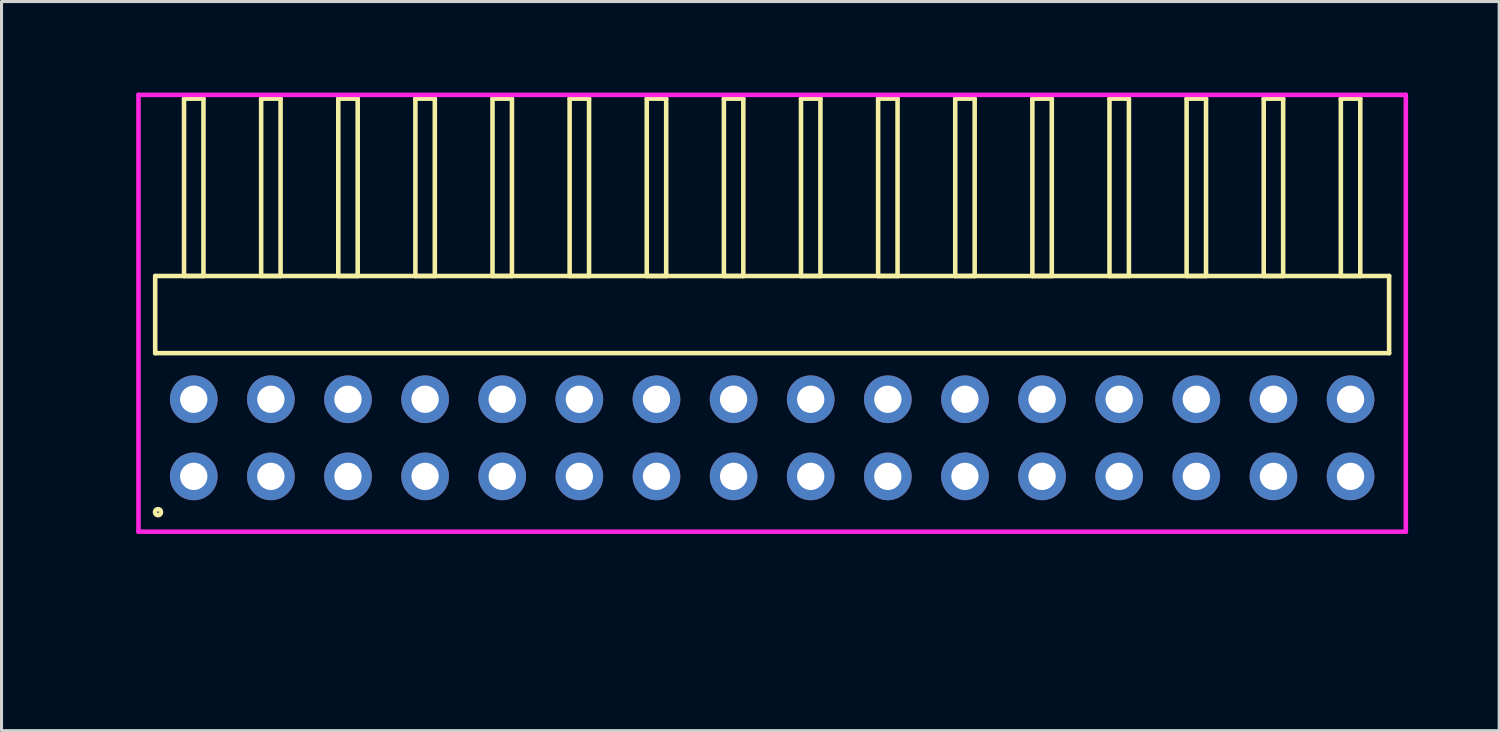
<source format=kicad_pcb>
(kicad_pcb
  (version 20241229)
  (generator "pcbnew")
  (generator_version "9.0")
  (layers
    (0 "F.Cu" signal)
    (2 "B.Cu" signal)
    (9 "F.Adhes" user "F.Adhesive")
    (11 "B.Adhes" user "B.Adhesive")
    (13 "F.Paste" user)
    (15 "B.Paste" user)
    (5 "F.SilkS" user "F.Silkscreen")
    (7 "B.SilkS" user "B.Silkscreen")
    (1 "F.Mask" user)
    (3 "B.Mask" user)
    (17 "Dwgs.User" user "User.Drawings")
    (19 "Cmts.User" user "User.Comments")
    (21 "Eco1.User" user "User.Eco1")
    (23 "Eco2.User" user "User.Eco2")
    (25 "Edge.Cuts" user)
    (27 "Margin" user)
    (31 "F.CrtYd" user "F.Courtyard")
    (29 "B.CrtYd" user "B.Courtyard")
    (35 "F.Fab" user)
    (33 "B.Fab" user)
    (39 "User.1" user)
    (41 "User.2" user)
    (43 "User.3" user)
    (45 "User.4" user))
  (footprint "HDR_RA254P16x2"
    (layer "F.Cu")
    (at 22.381 11.37)
    (property "Reference" "HDR_RA254P16x2" (at -21.62 0 90) (layer "User.1") (effects (font (size 1 1) (thickness 0.1))))
    (attr through_hole)
    (fp_line (start -20.32 -5.33) (end -20.32 -2.79) (stroke (width 0.15) (type solid)) (layer "F.SilkS"))
    (fp_line (start -20.32 -2.79) (end 20.32 -2.79) (stroke (width 0.15) (type solid)) (layer "F.SilkS"))
    (fp_line (start -19.37 -11.17) (end -19.37 -5.33) (stroke (width 0.15) (type solid)) (layer "F.SilkS"))
    (fp_line (start -19.37 -5.33) (end -18.73 -5.33) (stroke (width 0.15) (type solid)) (layer "F.SilkS"))
    (fp_line (start -18.73 -11.17) (end -19.37 -11.17) (stroke (width 0.15) (type solid)) (layer "F.SilkS"))
    (fp_line (start -18.73 -5.33) (end -18.73 -11.17) (stroke (width 0.15) (type solid)) (layer "F.SilkS"))
    (fp_line (start -16.83 -11.17) (end -16.83 -5.33) (stroke (width 0.15) (type solid)) (layer "F.SilkS"))
    (fp_line (start -16.83 -5.33) (end -16.19 -5.33) (stroke (width 0.15) (type solid)) (layer "F.SilkS"))
    (fp_line (start -16.19 -11.17) (end -16.83 -11.17) (stroke (width 0.15) (type solid)) (layer "F.SilkS"))
    (fp_line (start -16.19 -5.33) (end -16.19 -11.17) (stroke (width 0.15) (type solid)) (layer "F.SilkS"))
    (fp_line (start -14.29 -11.17) (end -14.29 -5.33) (stroke (width 0.15) (type solid)) (layer "F.SilkS"))
    (fp_line (start -14.29 -5.33) (end -13.65 -5.33) (stroke (width 0.15) (type solid)) (layer "F.SilkS"))
    (fp_line (start -13.65 -11.17) (end -14.29 -11.17) (stroke (width 0.15) (type solid)) (layer "F.SilkS"))
    (fp_line (start -13.65 -5.33) (end -13.65 -11.17) (stroke (width 0.15) (type solid)) (layer "F.SilkS"))
    (fp_line (start -11.75 -11.17) (end -11.75 -5.33) (stroke (width 0.15) (type solid)) (layer "F.SilkS"))
    (fp_line (start -11.75 -5.33) (end -11.11 -5.33) (stroke (width 0.15) (type solid)) (layer "F.SilkS"))
    (fp_line (start -11.11 -11.17) (end -11.75 -11.17) (stroke (width 0.15) (type solid)) (layer "F.SilkS"))
    (fp_line (start -11.11 -5.33) (end -11.11 -11.17) (stroke (width 0.15) (type solid)) (layer "F.SilkS"))
    (fp_line (start -9.21 -11.17) (end -9.21 -5.33) (stroke (width 0.15) (type solid)) (layer "F.SilkS"))
    (fp_line (start -9.21 -5.33) (end -8.57 -5.33) (stroke (width 0.15) (type solid)) (layer "F.SilkS"))
    (fp_line (start -8.57 -11.17) (end -9.21 -11.17) (stroke (width 0.15) (type solid)) (layer "F.SilkS"))
    (fp_line (start -8.57 -5.33) (end -8.57 -11.17) (stroke (width 0.15) (type solid)) (layer "F.SilkS"))
    (fp_line (start -6.67 -11.17) (end -6.67 -5.33) (stroke (width 0.15) (type solid)) (layer "F.SilkS"))
    (fp_line (start -6.67 -5.33) (end -6.03 -5.33) (stroke (width 0.15) (type solid)) (layer "F.SilkS"))
    (fp_line (start -6.03 -11.17) (end -6.67 -11.17) (stroke (width 0.15) (type solid)) (layer "F.SilkS"))
    (fp_line (start -6.03 -5.33) (end -6.03 -11.17) (stroke (width 0.15) (type solid)) (layer "F.SilkS"))
    (fp_line (start -4.13 -11.17) (end -4.13 -5.33) (stroke (width 0.15) (type solid)) (layer "F.SilkS"))
    (fp_line (start -4.13 -5.33) (end -3.49 -5.33) (stroke (width 0.15) (type solid)) (layer "F.SilkS"))
    (fp_line (start -3.49 -11.17) (end -4.13 -11.17) (stroke (width 0.15) (type solid)) (layer "F.SilkS"))
    (fp_line (start -3.49 -5.33) (end -3.49 -11.17) (stroke (width 0.15) (type solid)) (layer "F.SilkS"))
    (fp_line (start -1.59 -11.17) (end -1.59 -5.33) (stroke (width 0.15) (type solid)) (layer "F.SilkS"))
    (fp_line (start -1.59 -5.33) (end -0.95 -5.33) (stroke (width 0.15) (type solid)) (layer "F.SilkS"))
    (fp_line (start -0.95 -11.17) (end -1.59 -11.17) (stroke (width 0.15) (type solid)) (layer "F.SilkS"))
    (fp_line (start -0.95 -5.33) (end -0.95 -11.17) (stroke (width 0.15) (type solid)) (layer "F.SilkS"))
    (fp_line (start 0.95 -11.17) (end 0.95 -5.33) (stroke (width 0.15) (type solid)) (layer "F.SilkS"))
    (fp_line (start 0.95 -5.33) (end 1.59 -5.33) (stroke (width 0.15) (type solid)) (layer "F.SilkS"))
    (fp_line (start 1.59 -11.17) (end 0.95 -11.17) (stroke (width 0.15) (type solid)) (layer "F.SilkS"))
    (fp_line (start 1.59 -5.33) (end 1.59 -11.17) (stroke (width 0.15) (type solid)) (layer "F.SilkS"))
    (fp_line (start 3.49 -11.17) (end 3.49 -5.33) (stroke (width 0.15) (type solid)) (layer "F.SilkS"))
    (fp_line (start 3.49 -5.33) (end 4.13 -5.33) (stroke (width 0.15) (type solid)) (layer "F.SilkS"))
    (fp_line (start 4.13 -11.17) (end 3.49 -11.17) (stroke (width 0.15) (type solid)) (layer "F.SilkS"))
    (fp_line (start 4.13 -5.33) (end 4.13 -11.17) (stroke (width 0.15) (type solid)) (layer "F.SilkS"))
    (fp_line (start 6.03 -11.17) (end 6.03 -5.33) (stroke (width 0.15) (type solid)) (layer "F.SilkS"))
    (fp_line (start 6.03 -5.33) (end 6.67 -5.33) (stroke (width 0.15) (type solid)) (layer "F.SilkS"))
    (fp_line (start 6.67 -11.17) (end 6.03 -11.17) (stroke (width 0.15) (type solid)) (layer "F.SilkS"))
    (fp_line (start 6.67 -5.33) (end 6.67 -11.17) (stroke (width 0.15) (type solid)) (layer "F.SilkS"))
    (fp_line (start 8.57 -11.17) (end 8.57 -5.33) (stroke (width 0.15) (type solid)) (layer "F.SilkS"))
    (fp_line (start 8.57 -5.33) (end 9.21 -5.33) (stroke (width 0.15) (type solid)) (layer "F.SilkS"))
    (fp_line (start 9.21 -11.17) (end 8.57 -11.17) (stroke (width 0.15) (type solid)) (layer "F.SilkS"))
    (fp_line (start 9.21 -5.33) (end 9.21 -11.17) (stroke (width 0.15) (type solid)) (layer "F.SilkS"))
    (fp_line (start 11.11 -11.17) (end 11.11 -5.33) (stroke (width 0.15) (type solid)) (layer "F.SilkS"))
    (fp_line (start 11.11 -5.33) (end 11.75 -5.33) (stroke (width 0.15) (type solid)) (layer "F.SilkS"))
    (fp_line (start 11.75 -11.17) (end 11.11 -11.17) (stroke (width 0.15) (type solid)) (layer "F.SilkS"))
    (fp_line (start 11.75 -5.33) (end 11.75 -11.17) (stroke (width 0.15) (type solid)) (layer "F.SilkS"))
    (fp_line (start 13.65 -11.17) (end 13.65 -5.33) (stroke (width 0.15) (type solid)) (layer "F.SilkS"))
    (fp_line (start 13.65 -5.33) (end 14.29 -5.33) (stroke (width 0.15) (type solid)) (layer "F.SilkS"))
    (fp_line (start 14.29 -11.17) (end 13.65 -11.17) (stroke (width 0.15) (type solid)) (layer "F.SilkS"))
    (fp_line (start 14.29 -5.33) (end 14.29 -11.17) (stroke (width 0.15) (type solid)) (layer "F.SilkS"))
    (fp_line (start 16.19 -11.17) (end 16.19 -5.33) (stroke (width 0.15) (type solid)) (layer "F.SilkS"))
    (fp_line (start 16.19 -5.33) (end 16.83 -5.33) (stroke (width 0.15) (type solid)) (layer "F.SilkS"))
    (fp_line (start 16.83 -11.17) (end 16.19 -11.17) (stroke (width 0.15) (type solid)) (layer "F.SilkS"))
    (fp_line (start 16.83 -5.33) (end 16.83 -11.17) (stroke (width 0.15) (type solid)) (layer "F.SilkS"))
    (fp_line (start 18.73 -11.17) (end 18.73 -5.33) (stroke (width 0.15) (type solid)) (layer "F.SilkS"))
    (fp_line (start 18.73 -5.33) (end 19.37 -5.33) (stroke (width 0.15) (type solid)) (layer "F.SilkS"))
    (fp_line (start 19.37 -11.17) (end 18.73 -11.17) (stroke (width 0.15) (type solid)) (layer "F.SilkS"))
    (fp_line (start 19.37 -5.33) (end 19.37 -11.17) (stroke (width 0.15) (type solid)) (layer "F.SilkS"))
    (fp_line (start 20.32 -5.33) (end -20.32 -5.33) (stroke (width 0.15) (type solid)) (layer "F.SilkS"))
    (fp_line (start 20.32 -2.79) (end 20.32 -5.33) (stroke (width 0.15) (type solid)) (layer "F.SilkS"))
    (fp_circle (center -20.227 2.448) (end -20.127 2.448) (stroke (width 0.15) (type solid)) (fill no) (layer "F.SilkS"))
    (fp_line (start -20.87 -11.295) (end -20.87 3.09) (stroke (width 0.15) (type solid)) (layer "F.CrtYd"))
    (fp_line (start -20.87 3.09) (end 20.87 3.09) (stroke (width 0.15) (type solid)) (layer "F.CrtYd"))
    (fp_line (start 20.87 -11.295) (end -20.87 -11.295) (stroke (width 0.15) (type solid)) (layer "F.CrtYd"))
    (fp_line (start 20.87 3.09) (end 20.87 -11.295) (stroke (width 0.15) (type solid)) (layer "F.CrtYd"))
    (pad "1" thru_hole oval (at -19.05 1.27) (size 1.57 1.57) (drill 0.9) (layers "*.Cu" "*.Mask"))
    (pad "2" thru_hole oval (at -19.05 -1.27) (size 1.57 1.57) (drill 0.9) (layers "*.Cu" "*.Mask"))
    (pad "3" thru_hole oval (at -16.51 1.27) (size 1.57 1.57) (drill 0.9) (layers "*.Cu" "*.Mask"))
    (pad "4" thru_hole oval (at -16.51 -1.27) (size 1.57 1.57) (drill 0.9) (layers "*.Cu" "*.Mask"))
    (pad "5" thru_hole oval (at -13.97 1.27) (size 1.57 1.57) (drill 0.9) (layers "*.Cu" "*.Mask"))
    (pad "6" thru_hole oval (at -13.97 -1.27) (size 1.57 1.57) (drill 0.9) (layers "*.Cu" "*.Mask"))
    (pad "7" thru_hole oval (at -11.43 1.27) (size 1.57 1.57) (drill 0.9) (layers "*.Cu" "*.Mask"))
    (pad "8" thru_hole oval (at -11.43 -1.27) (size 1.57 1.57) (drill 0.9) (layers "*.Cu" "*.Mask"))
    (pad "9" thru_hole oval (at -8.89 1.27) (size 1.57 1.57) (drill 0.9) (layers "*.Cu" "*.Mask"))
    (pad "10" thru_hole oval (at -8.89 -1.27) (size 1.57 1.57) (drill 0.9) (layers "*.Cu" "*.Mask"))
    (pad "11" thru_hole oval (at -6.35 1.27) (size 1.57 1.57) (drill 0.9) (layers "*.Cu" "*.Mask"))
    (pad "12" thru_hole oval (at -6.35 -1.27) (size 1.57 1.57) (drill 0.9) (layers "*.Cu" "*.Mask"))
    (pad "13" thru_hole oval (at -3.81 1.27) (size 1.57 1.57) (drill 0.9) (layers "*.Cu" "*.Mask"))
    (pad "14" thru_hole oval (at -3.81 -1.27) (size 1.57 1.57) (drill 0.9) (layers "*.Cu" "*.Mask"))
    (pad "15" thru_hole oval (at -1.27 1.27) (size 1.57 1.57) (drill 0.9) (layers "*.Cu" "*.Mask"))
    (pad "16" thru_hole oval (at -1.27 -1.27) (size 1.57 1.57) (drill 0.9) (layers "*.Cu" "*.Mask"))
    (pad "17" thru_hole oval (at 1.27 1.27) (size 1.57 1.57) (drill 0.9) (layers "*.Cu" "*.Mask"))
    (pad "18" thru_hole oval (at 1.27 -1.27) (size 1.57 1.57) (drill 0.9) (layers "*.Cu" "*.Mask"))
    (pad "19" thru_hole oval (at 3.81 1.27) (size 1.57 1.57) (drill 0.9) (layers "*.Cu" "*.Mask"))
    (pad "20" thru_hole oval (at 3.81 -1.27) (size 1.57 1.57) (drill 0.9) (layers "*.Cu" "*.Mask"))
    (pad "21" thru_hole oval (at 6.35 1.27) (size 1.57 1.57) (drill 0.9) (layers "*.Cu" "*.Mask"))
    (pad "22" thru_hole oval (at 6.35 -1.27) (size 1.57 1.57) (drill 0.9) (layers "*.Cu" "*.Mask"))
    (pad "23" thru_hole oval (at 8.89 1.27) (size 1.57 1.57) (drill 0.9) (layers "*.Cu" "*.Mask"))
    (pad "24" thru_hole oval (at 8.89 -1.27) (size 1.57 1.57) (drill 0.9) (layers "*.Cu" "*.Mask"))
    (pad "25" thru_hole oval (at 11.43 1.27) (size 1.57 1.57) (drill 0.9) (layers "*.Cu" "*.Mask"))
    (pad "26" thru_hole oval (at 11.43 -1.27) (size 1.57 1.57) (drill 0.9) (layers "*.Cu" "*.Mask"))
    (pad "27" thru_hole oval (at 13.97 1.27) (size 1.57 1.57) (drill 0.9) (layers "*.Cu" "*.Mask"))
    (pad "28" thru_hole oval (at 13.97 -1.27) (size 1.57 1.57) (drill 0.9) (layers "*.Cu" "*.Mask"))
    (pad "29" thru_hole oval (at 16.51 1.27) (size 1.57 1.57) (drill 0.9) (layers "*.Cu" "*.Mask"))
    (pad "30" thru_hole oval (at 16.51 -1.27) (size 1.57 1.57) (drill 0.9) (layers "*.Cu" "*.Mask"))
    (pad "31" thru_hole oval (at 19.05 1.27) (size 1.57 1.57) (drill 0.9) (layers "*.Cu" "*.Mask"))
    (pad "32" thru_hole oval (at 19.05 -1.27) (size 1.57 1.57) (drill 0.9) (layers "*.Cu" "*.Mask")))
  (gr_rect
    (start -3 -3)
    (end 46.325 21.015)
    (stroke (width 0.1) (type default))
    (fill no)
    (layer "Edge.Cuts")))
</source>
